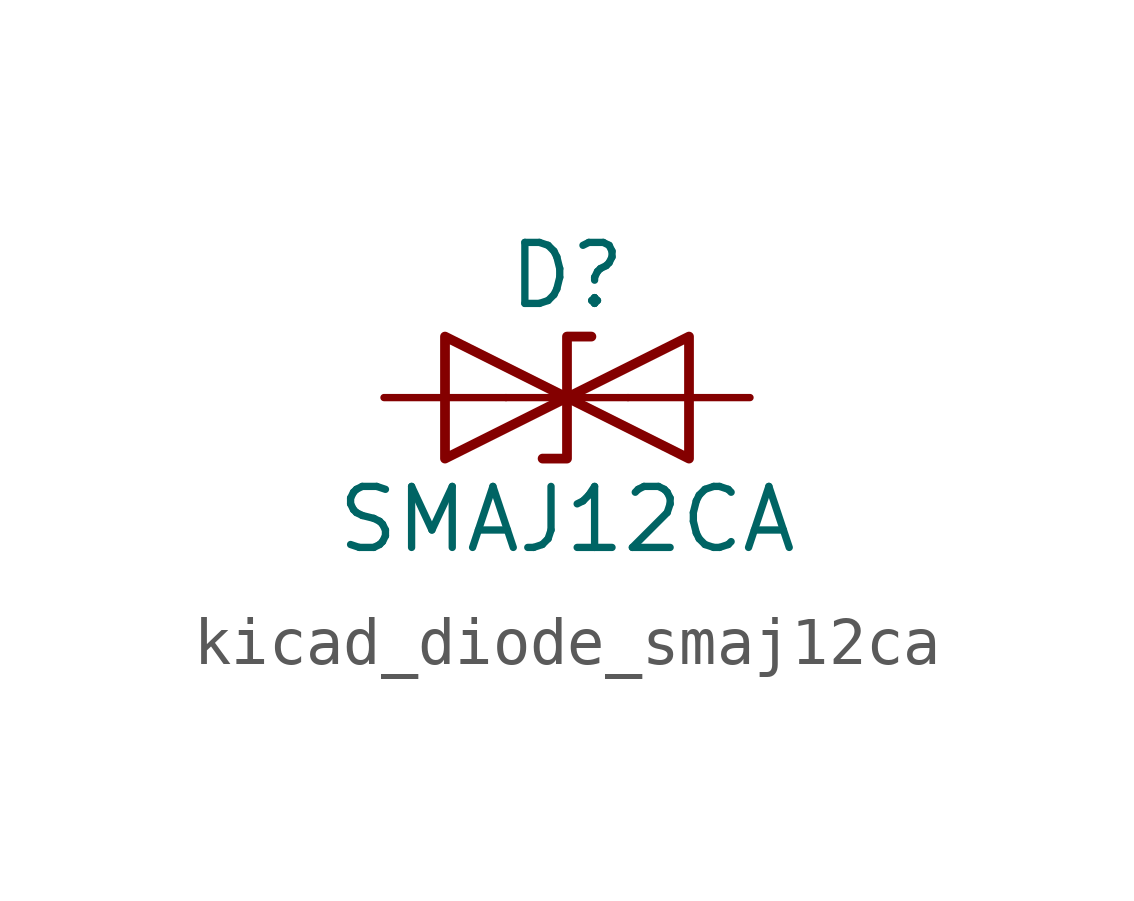
<source format=kicad_sym>
(kicad_symbol_lib
  (version 20220914)
  (generator kicad_symbol_editor)
  (symbol "kicad_diode_smaj12ca"
    (pin_numbers hide)
    (pin_names
      (offset 1.016) hide)
    (property "Reference" "D"
      (at 0 2.54 0)
      (effects (font (size 1.27 1.27))))
    (property "Value" "SMAJ12CA"
      (at 0 -2.54 0)
      (effects (font (size 1.27 1.27))))
    (symbol "kicad_diode_smaj12ca_0_1"
      (polyline (pts (xy 1.27 0) (xy -1.27 0)) (stroke (width 0) (type default)) (fill (type none)))
      (polyline (pts (xy -2.54 -1.27) (xy 0 0) (xy -2.54 1.27) (xy -2.54 -1.27)) (stroke (width 0.203) (type default)) (fill (type none)))
      (polyline (pts (xy 0.508 1.27) (xy 0 1.27) (xy 0 -1.27) (xy -0.508 -1.27)) (stroke (width 0.203) (type default)) (fill (type none)))
      (polyline (pts (xy 2.54 1.27) (xy 2.54 -1.27) (xy 0 0) (xy 2.54 1.27)) (stroke (width 0.203) (type default)) (fill (type none))))
    (symbol "kicad_diode_smaj12ca_1_1"
      (pin passive line (at -3.81 0 0) (length 2.54) (name "A1" (effects (font (size 1.27 1.27)))) (number "1" (effects (font (size 1.27 1.27)))))
      (pin passive line (at 3.81 0 180) (length 2.54) (name "A2" (effects (font (size 1.27 1.27)))) (number "2" (effects (font (size 1.27 1.27))))))))
</source>
